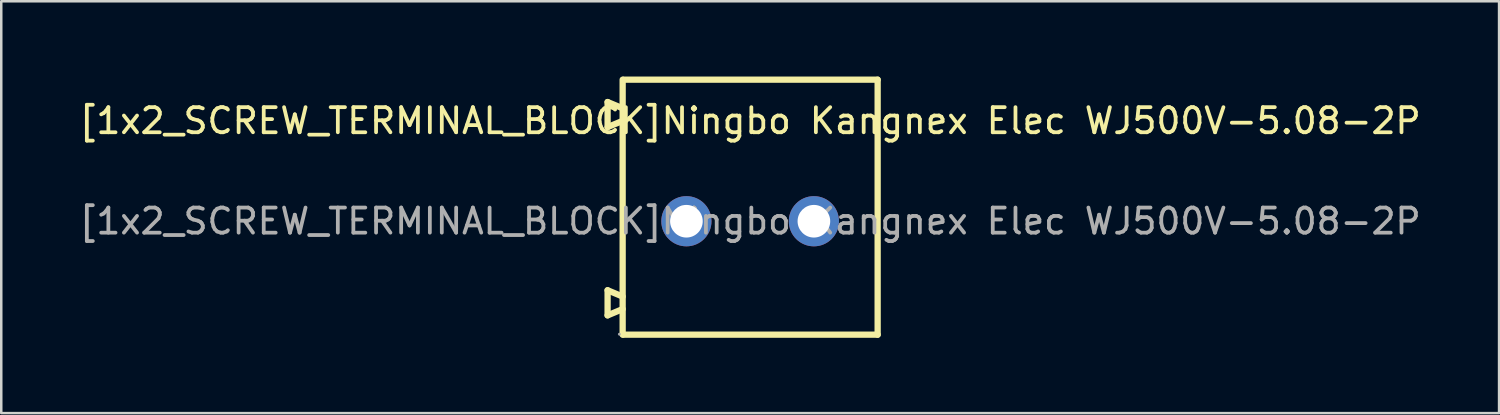
<source format=kicad_pcb>
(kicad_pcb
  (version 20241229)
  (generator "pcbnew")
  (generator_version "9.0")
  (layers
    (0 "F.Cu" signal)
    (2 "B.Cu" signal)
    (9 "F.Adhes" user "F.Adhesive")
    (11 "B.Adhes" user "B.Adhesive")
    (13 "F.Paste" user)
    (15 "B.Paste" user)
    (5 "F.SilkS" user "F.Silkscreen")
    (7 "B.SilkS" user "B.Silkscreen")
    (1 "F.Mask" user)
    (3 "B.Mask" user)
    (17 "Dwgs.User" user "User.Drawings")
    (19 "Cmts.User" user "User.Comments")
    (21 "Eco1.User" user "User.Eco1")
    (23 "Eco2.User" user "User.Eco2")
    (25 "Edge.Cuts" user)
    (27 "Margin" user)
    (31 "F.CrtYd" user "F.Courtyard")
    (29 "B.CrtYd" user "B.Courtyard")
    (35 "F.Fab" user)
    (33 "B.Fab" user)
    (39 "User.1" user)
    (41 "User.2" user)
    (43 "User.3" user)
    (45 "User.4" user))
  (footprint "[1x2_SCREW_TERMINAL_BLOCK]Ningbo Kangnex Elec WJ500V-5.08-2P"
    (layer "F.Cu")
    (at 26.839 5.765)
    (property "Reference" "[1x2_SCREW_TERMINAL_BLOCK]Ningbo Kangnex Elec WJ500V-5.08-2P" (at 0 -4 0) (layer "F.SilkS") (effects (font (size 1 1) (thickness 0.15))))
    (attr through_hole)
    (fp_line (start -5.68 -4.75) (end -5.68 -3.75) (stroke (width 0.25) (type solid)) (layer "F.SilkS"))
    (fp_line (start -5.68 -3.75) (end -5.08 -4) (stroke (width 0.25) (type solid)) (layer "F.SilkS"))
    (fp_line (start -5.68 2.75) (end -5.68 3.75) (stroke (width 0.25) (type solid)) (layer "F.SilkS"))
    (fp_line (start -5.68 3.75) (end -5.08 3.5) (stroke (width 0.25) (type solid)) (layer "F.SilkS"))
    (fp_line (start -5.08 -4.5) (end -5.68 -4.75) (stroke (width 0.25) (type solid)) (layer "F.SilkS"))
    (fp_line (start -5.08 3) (end -5.68 2.75) (stroke (width 0.25) (type solid)) (layer "F.SilkS"))
    (fp_line (start -5.08 4.52) (end -5.08 -5.64) (stroke (width 0.25) (type solid)) (layer "F.SilkS"))
    (fp_line (start 5.08 -5.64) (end -5.05 -5.64) (stroke (width 0.25) (type solid)) (layer "F.SilkS"))
    (fp_line (start 5.08 4.52) (end -5.05 4.52) (stroke (width 0.25) (type solid)) (layer "F.SilkS"))
    (fp_line (start 5.08 4.52) (end 5.08 -5.64) (stroke (width 0.25) (type solid)) (layer "F.SilkS"))
    (fp_circle (center -5.21 4.5) (end -5.18 4.5) (stroke (width 0.06) (type solid)) (fill no) (layer "F.Fab"))
    (fp_circle (center -2.54 0) (end -2.26 0) (stroke (width 0.55) (type solid)) (fill no) (layer "F.Fab"))
    (fp_circle (center 2.54 0) (end 2.82 0) (stroke (width 0.55) (type solid)) (fill no) (layer "F.Fab"))
    (fp_text user "${REFERENCE}" (at 0 0 0) (layer "F.Fab") (effects (font (size 1 1) (thickness 0.15))))
    (pad "1" thru_hole circle (at -2.54 0 180) (size 2 2) (drill 1.3) (layers "*.Cu" "*.Mask"))
    (pad "2" thru_hole circle (at 2.54 0 180) (size 2 2) (drill 1.3) (layers "*.Cu" "*.Mask")))
  (gr_rect
    (start -3 -3)
    (end 56.679 13.41)
    (stroke (width 0.1) (type default))
    (fill no)
    (layer "Edge.Cuts")))
</source>
